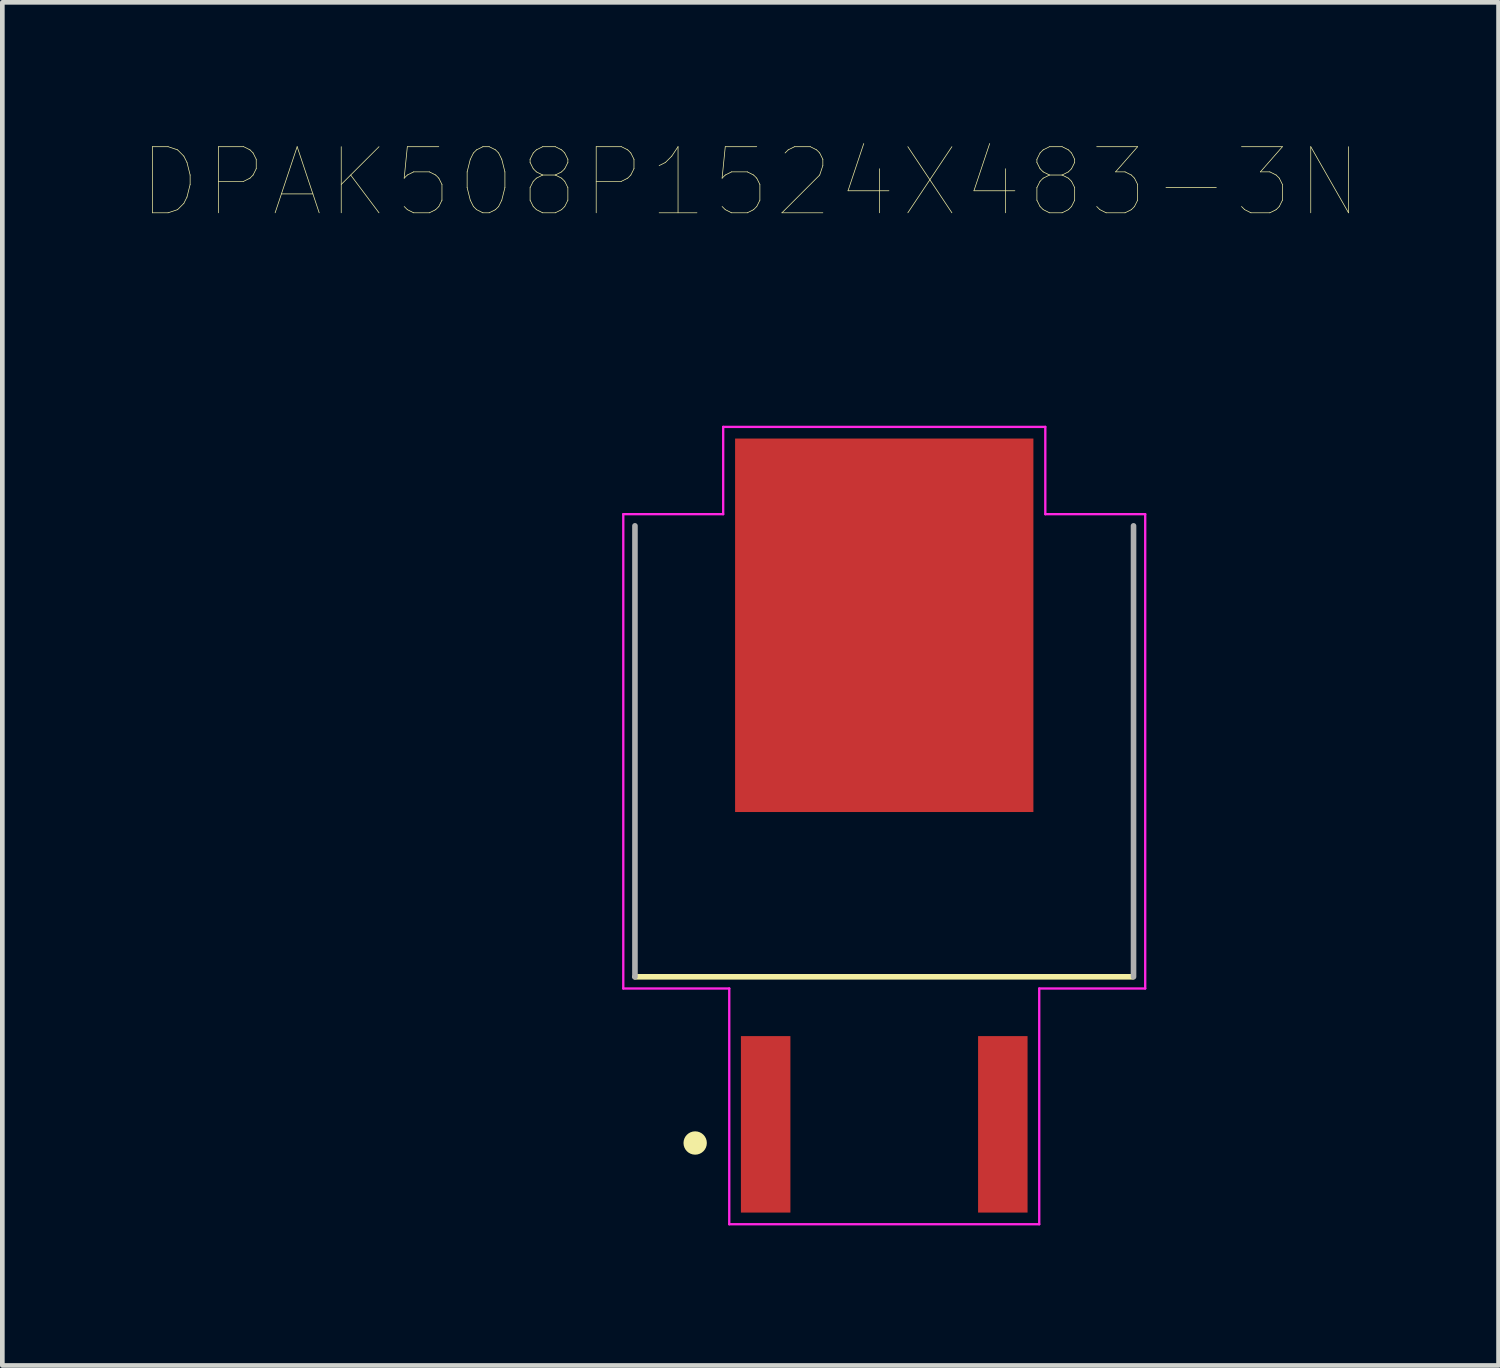
<source format=kicad_pcb>
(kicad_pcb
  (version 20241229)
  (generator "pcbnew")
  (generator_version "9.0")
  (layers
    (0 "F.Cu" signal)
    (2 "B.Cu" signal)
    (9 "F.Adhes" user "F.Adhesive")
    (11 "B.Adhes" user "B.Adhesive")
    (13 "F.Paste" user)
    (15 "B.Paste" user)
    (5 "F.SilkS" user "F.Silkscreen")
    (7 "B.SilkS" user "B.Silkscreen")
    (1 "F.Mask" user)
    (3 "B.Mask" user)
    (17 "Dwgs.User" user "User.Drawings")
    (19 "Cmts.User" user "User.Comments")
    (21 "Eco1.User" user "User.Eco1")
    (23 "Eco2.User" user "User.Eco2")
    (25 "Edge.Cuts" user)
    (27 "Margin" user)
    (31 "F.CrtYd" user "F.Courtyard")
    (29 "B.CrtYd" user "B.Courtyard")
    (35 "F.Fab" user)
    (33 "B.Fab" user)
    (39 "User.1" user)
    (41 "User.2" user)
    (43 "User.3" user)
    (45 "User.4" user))
  (footprint "DPAK508P1524X483-3N"
    (layer "F.Cu")
    (at 15.891 14.634)
    (property "Reference" "DPAK508P1524X483-3N" (at -2.866 -13.78 0) (layer "F.SilkS") (effects (font (size 1.416 1.416) (thickness 0.015))))
    (attr through_hole)
    (fp_poly (pts (xy -4.687 -8.4) (xy 3.3 -8.4) (xy 3.3 -0.284) (xy -4.687 -0.284)) (stroke (width 0.01) (type solid)) (fill yes) (layer "F.Mask"))
    (fp_line (start -5.34 3.24) (end 5.32 3.24) (stroke (width 0.12) (type solid)) (layer "F.SilkS"))
    (fp_circle (center -4.05 6.8) (end -3.8 6.8) (stroke (width 0) (type solid)) (fill yes) (layer "F.SilkS"))
    (fp_poly (pts (xy -4.314 -2.65) (xy -1.45 -2.65) (xy -1.45 -0.565) (xy -4.314 -0.565)) (stroke (width 0.01) (type solid)) (fill yes) (layer "F.Paste"))
    (fp_poly (pts (xy -4.295 -5.4) (xy -1.45 -5.4) (xy -1.45 -4.435) (xy -4.295 -4.435)) (stroke (width 0.01) (type solid)) (fill yes) (layer "F.Paste"))
    (fp_poly (pts (xy -4.242 -8.15) (xy -1.45 -8.15) (xy -1.45 -8.205) (xy -4.242 -8.205)) (stroke (width 0.01) (type solid)) (fill yes) (layer "F.Paste"))
    (fp_poly (pts (xy -1.138 -2.65) (xy 0.8 -2.65) (xy 0.8 -0.568) (xy -1.138 -0.568)) (stroke (width 0.01) (type solid)) (fill yes) (layer "F.Paste"))
    (fp_poly (pts (xy -1.126 -5.4) (xy 0.8 -5.4) (xy 0.8 -4.435) (xy -1.126 -4.435)) (stroke (width 0.01) (type solid)) (fill yes) (layer "F.Paste"))
    (fp_poly (pts (xy -1.111 -8.15) (xy 0.8 -8.15) (xy 0.8 -8.194) (xy -1.111 -8.194)) (stroke (width 0.01) (type solid)) (fill yes) (layer "F.Paste"))
    (fp_poly (pts (xy 2.024 -2.65) (xy 3.05 -2.65) (xy 3.05 -0.557) (xy 2.024 -0.557)) (stroke (width 0.01) (type solid)) (fill yes) (layer "F.Paste"))
    (fp_poly (pts (xy 2.031 -5.4) (xy 3.05 -5.4) (xy 3.05 -4.412) (xy 2.031 -4.412)) (stroke (width 0.01) (type solid)) (fill yes) (layer "F.Paste"))
    (fp_poly (pts (xy 2.036 -8.15) (xy 3.05 -8.15) (xy 3.05 -8.286) (xy 2.036 -8.286)) (stroke (width 0.01) (type solid)) (fill yes) (layer "F.Paste"))
    (fp_line (start -5.59 -6.67) (end -5.59 3.49) (stroke (width 0.05) (type solid)) (layer "F.CrtYd"))
    (fp_line (start -5.59 3.49) (end -3.32 3.49) (stroke (width 0.05) (type solid)) (layer "F.CrtYd"))
    (fp_line (start -3.45 -8.54) (end -3.45 -6.67) (stroke (width 0.05) (type solid)) (layer "F.CrtYd"))
    (fp_line (start -3.45 -6.67) (end -5.59 -6.67) (stroke (width 0.05) (type solid)) (layer "F.CrtYd"))
    (fp_line (start -3.32 3.49) (end -3.32 8.54) (stroke (width 0.05) (type solid)) (layer "F.CrtYd"))
    (fp_line (start -3.32 8.54) (end 3.32 8.54) (stroke (width 0.05) (type solid)) (layer "F.CrtYd"))
    (fp_line (start 3.32 3.49) (end 5.59 3.49) (stroke (width 0.05) (type solid)) (layer "F.CrtYd"))
    (fp_line (start 3.32 8.54) (end 3.32 3.49) (stroke (width 0.05) (type solid)) (layer "F.CrtYd"))
    (fp_line (start 3.45 -8.54) (end -3.45 -8.54) (stroke (width 0.05) (type solid)) (layer "F.CrtYd"))
    (fp_line (start 3.45 -6.67) (end 3.45 -8.54) (stroke (width 0.05) (type solid)) (layer "F.CrtYd"))
    (fp_line (start 5.59 -6.67) (end 3.45 -6.67) (stroke (width 0.05) (type solid)) (layer "F.CrtYd"))
    (fp_line (start 5.59 3.49) (end 5.59 -6.67) (stroke (width 0.05) (type solid)) (layer "F.CrtYd"))
    (fp_line (start -5.34 3.24) (end -5.34 -6.42) (stroke (width 0.12) (type solid)) (layer "F.Fab"))
    (fp_line (start 5.34 -6.42) (end 5.34 3.24) (stroke (width 0.12) (type solid)) (layer "F.Fab"))
    (pad "1" smd rect (at -2.54 6.4) (size 1.06 3.78) (layers "F.Cu" "F.Mask" "F.Paste"))
    (pad "2" smd rect (at 0 -4.29) (size 6.39 8) (layers "F.Cu"))
    (pad "3" smd rect (at 2.54 6.4) (size 1.06 3.78) (layers "F.Cu" "F.Mask" "F.Paste")))
  (gr_rect
    (start -3 -3)
    (end 29.05 26.199)
    (stroke (width 0.1) (type default))
    (fill no)
    (layer "Edge.Cuts")))
</source>
